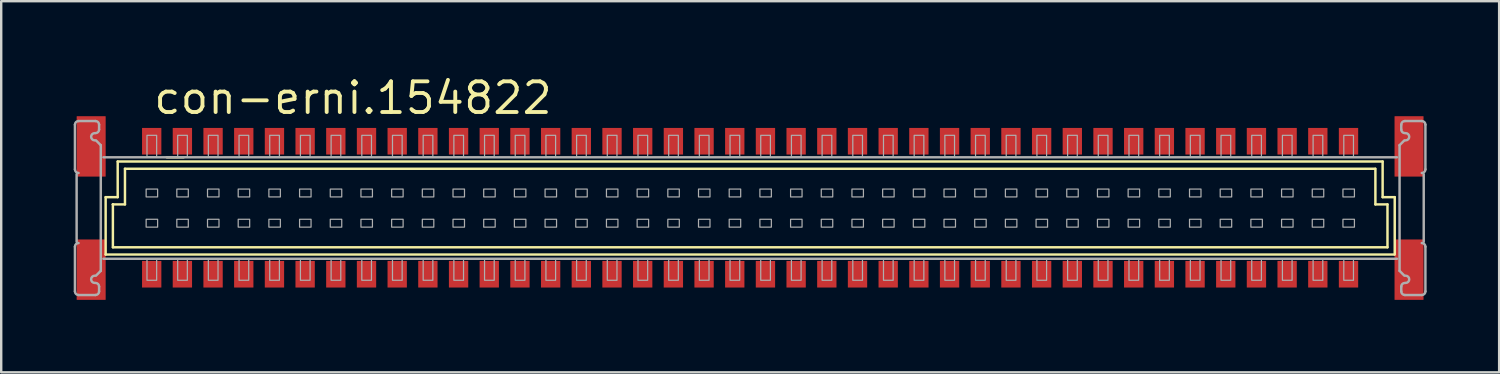
<source format=kicad_pcb>
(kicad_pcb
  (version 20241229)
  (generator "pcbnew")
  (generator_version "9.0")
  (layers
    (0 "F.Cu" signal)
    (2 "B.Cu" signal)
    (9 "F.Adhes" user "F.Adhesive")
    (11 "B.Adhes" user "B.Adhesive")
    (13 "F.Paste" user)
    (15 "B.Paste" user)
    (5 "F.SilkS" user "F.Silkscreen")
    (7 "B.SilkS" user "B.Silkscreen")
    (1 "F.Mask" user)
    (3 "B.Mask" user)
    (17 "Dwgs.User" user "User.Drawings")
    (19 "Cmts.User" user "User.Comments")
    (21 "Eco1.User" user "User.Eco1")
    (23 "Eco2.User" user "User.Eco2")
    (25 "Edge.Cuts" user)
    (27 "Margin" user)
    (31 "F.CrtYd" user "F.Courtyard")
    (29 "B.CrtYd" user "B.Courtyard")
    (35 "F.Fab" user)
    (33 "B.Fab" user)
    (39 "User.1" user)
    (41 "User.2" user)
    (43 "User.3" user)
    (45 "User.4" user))
  (footprint "con-erni.154822"
    (layer "F.Cu")
    (at 27.993 5.56)
    (property "Reference" "con-erni.154822" (at -24.765 -3.81 0) (layer "F.SilkS") (effects (font (size 1.27 1.27) (thickness 0.16)) (justify left bottom)))
    (attr smd)
    (fp_line (start -26.671 1.924) (end -26.671 -0.451) (stroke (width 0.102) (type default)) (layer "F.SilkS"))
    (fp_line (start -26.371 -0.151) (end -26.372 -0.151) (stroke (width 0.102) (type default)) (layer "F.SilkS"))
    (fp_line (start -26.371 1.624) (end -26.371 -0.151) (stroke (width 0.102) (type default)) (layer "F.SilkS"))
    (fp_line (start -26.371 1.624) (end 26.377 1.624) (stroke (width 0.102) (type default)) (layer "F.SilkS"))
    (fp_line (start -26.172 -1.926) (end -26.172 -0.451) (stroke (width 0.102) (type default)) (layer "F.SilkS"))
    (fp_line (start -26.172 -0.451) (end -26.671 -0.451) (stroke (width 0.102) (type default)) (layer "F.SilkS"))
    (fp_line (start -25.872 -0.151) (end -26.371 -0.151) (stroke (width 0.102) (type default)) (layer "F.SilkS"))
    (fp_line (start -25.871 -0.151) (end -25.871 -1.626) (stroke (width 0.102) (type default)) (layer "F.SilkS"))
    (fp_line (start -24.142 -2.101) (end -23.442 -2.101) (stroke (width 0.102) (type default)) (layer "F.SilkS"))
    (fp_line (start 25.868 -1.626) (end -25.871 -1.626) (stroke (width 0.102) (type default)) (layer "F.SilkS"))
    (fp_line (start 25.878 -0.151) (end 25.878 -1.626) (stroke (width 0.102) (type default)) (layer "F.SilkS"))
    (fp_line (start 26.177 -0.451) (end 26.177 -1.926) (stroke (width 0.102) (type default)) (layer "F.SilkS"))
    (fp_line (start 26.177 -0.451) (end 26.677 -0.451) (stroke (width 0.102) (type default)) (layer "F.SilkS"))
    (fp_line (start 26.178 -1.926) (end -26.172 -1.926) (stroke (width 0.102) (type default)) (layer "F.SilkS"))
    (fp_line (start 26.378 -0.151) (end 25.878 -0.151) (stroke (width 0.102) (type default)) (layer "F.SilkS"))
    (fp_line (start 26.378 1.624) (end 26.378 -0.151) (stroke (width 0.102) (type default)) (layer "F.SilkS"))
    (fp_line (start 26.658 1.924) (end -26.671 1.924) (stroke (width 0.102) (type default)) (layer "F.SilkS"))
    (fp_line (start 26.678 1.924) (end 26.678 -0.451) (stroke (width 0.102) (type default)) (layer "F.SilkS"))
    (fp_circle (center -26.971 -0.008) (end -26.172 -0.008) (stroke (width 0.001) (type default)) (fill no) (layer "F.SilkS"))
    (fp_circle (center 26.971 0.008) (end 27.771 0.008) (stroke (width 0.001) (type default)) (fill no) (layer "F.SilkS"))
    (fp_line (start -27.942 -1.601) (end -27.942 -3.451) (stroke (width 0.102) (type default)) (layer "F.Fab"))
    (fp_line (start -27.942 3.449) (end -27.942 1.599) (stroke (width 0.102) (type default)) (layer "F.Fab"))
    (fp_line (start -27.872 -1.401) (end -27.872 1.399) (stroke (width 0.102) (type default)) (layer "F.Fab"))
    (fp_line (start -27.792 -3.601) (end -27.092 -3.601) (stroke (width 0.102) (type default)) (layer "F.Fab"))
    (fp_line (start -27.092 3.599) (end -27.792 3.599) (stroke (width 0.102) (type default)) (layer "F.Fab"))
    (fp_line (start -27.072 -2.801) (end -26.872 -2.601) (stroke (width 0.102) (type default)) (layer "F.Fab"))
    (fp_line (start -26.942 -3.451) (end -26.942 -3.251) (stroke (width 0.102) (type default)) (layer "F.Fab"))
    (fp_line (start -26.942 3.249) (end -26.942 3.449) (stroke (width 0.102) (type default)) (layer "F.Fab"))
    (fp_line (start -26.872 -2.601) (end -26.872 2.599) (stroke (width 0.102) (type default)) (layer "F.Fab"))
    (fp_line (start -26.872 2.599) (end -27.072 2.799) (stroke (width 0.102) (type default)) (layer "F.Fab"))
    (fp_line (start 26.768 -2.101) (end -26.762 -2.101) (stroke (width 0.102) (type default)) (layer "F.Fab"))
    (fp_line (start 26.768 2.099) (end -26.762 2.099) (stroke (width 0.102) (type default)) (layer "F.Fab"))
    (fp_line (start 26.878 -2.601) (end 26.878 2.599) (stroke (width 0.102) (type default)) (layer "F.Fab"))
    (fp_line (start 26.878 2.599) (end 27.078 2.799) (stroke (width 0.102) (type default)) (layer "F.Fab"))
    (fp_line (start 26.948 -3.451) (end 26.948 -3.251) (stroke (width 0.102) (type default)) (layer "F.Fab"))
    (fp_line (start 26.948 3.249) (end 26.948 3.449) (stroke (width 0.102) (type default)) (layer "F.Fab"))
    (fp_line (start 27.078 -2.801) (end 26.878 -2.601) (stroke (width 0.102) (type default)) (layer "F.Fab"))
    (fp_line (start 27.098 3.599) (end 27.798 3.599) (stroke (width 0.102) (type default)) (layer "F.Fab"))
    (fp_line (start 27.798 -3.601) (end 27.098 -3.601) (stroke (width 0.102) (type default)) (layer "F.Fab"))
    (fp_line (start 27.878 -1.401) (end 27.878 1.399) (stroke (width 0.102) (type default)) (layer "F.Fab"))
    (fp_line (start 27.948 -1.601) (end 27.948 -3.451) (stroke (width 0.102) (type default)) (layer "F.Fab"))
    (fp_line (start 27.948 3.449) (end 27.948 1.599) (stroke (width 0.102) (type default)) (layer "F.Fab"))
    (fp_rect (start -24.995 -0.46) (end -24.52 -0.785) (stroke (width 0.05) (type default)) (fill no) (layer "F.Fab"))
    (fp_rect (start -24.995 0.79) (end -24.52 0.465) (stroke (width 0.05) (type default)) (fill no) (layer "F.Fab"))
    (fp_rect (start -24.96 -2.125) (end -24.56 -3.01) (stroke (width 0.05) (type default)) (fill no) (layer "F.Fab"))
    (fp_rect (start -24.96 2.99) (end -24.56 2.1) (stroke (width 0.05) (type default)) (fill no) (layer "F.Fab"))
    (fp_rect (start -23.725 -0.46) (end -23.25 -0.785) (stroke (width 0.05) (type default)) (fill no) (layer "F.Fab"))
    (fp_rect (start -23.725 0.79) (end -23.25 0.465) (stroke (width 0.05) (type default)) (fill no) (layer "F.Fab"))
    (fp_rect (start -23.69 -2.125) (end -23.29 -3.01) (stroke (width 0.05) (type default)) (fill no) (layer "F.Fab"))
    (fp_rect (start -23.69 2.99) (end -23.29 2.1) (stroke (width 0.05) (type default)) (fill no) (layer "F.Fab"))
    (fp_rect (start -22.455 -0.46) (end -21.98 -0.785) (stroke (width 0.05) (type default)) (fill no) (layer "F.Fab"))
    (fp_rect (start -22.455 0.79) (end -21.98 0.465) (stroke (width 0.05) (type default)) (fill no) (layer "F.Fab"))
    (fp_rect (start -22.42 -2.125) (end -22.02 -3.01) (stroke (width 0.05) (type default)) (fill no) (layer "F.Fab"))
    (fp_rect (start -22.42 2.99) (end -22.02 2.1) (stroke (width 0.05) (type default)) (fill no) (layer "F.Fab"))
    (fp_rect (start -21.185 -0.46) (end -20.71 -0.785) (stroke (width 0.05) (type default)) (fill no) (layer "F.Fab"))
    (fp_rect (start -21.185 0.79) (end -20.71 0.465) (stroke (width 0.05) (type default)) (fill no) (layer "F.Fab"))
    (fp_rect (start -21.15 -2.125) (end -20.75 -3.01) (stroke (width 0.05) (type default)) (fill no) (layer "F.Fab"))
    (fp_rect (start -21.15 2.99) (end -20.75 2.1) (stroke (width 0.05) (type default)) (fill no) (layer "F.Fab"))
    (fp_rect (start -19.915 -0.46) (end -19.44 -0.785) (stroke (width 0.05) (type default)) (fill no) (layer "F.Fab"))
    (fp_rect (start -19.915 0.79) (end -19.44 0.465) (stroke (width 0.05) (type default)) (fill no) (layer "F.Fab"))
    (fp_rect (start -19.88 -2.125) (end -19.48 -3.01) (stroke (width 0.05) (type default)) (fill no) (layer "F.Fab"))
    (fp_rect (start -19.88 2.99) (end -19.48 2.1) (stroke (width 0.05) (type default)) (fill no) (layer "F.Fab"))
    (fp_rect (start -18.645 -0.46) (end -18.17 -0.785) (stroke (width 0.05) (type default)) (fill no) (layer "F.Fab"))
    (fp_rect (start -18.645 0.79) (end -18.17 0.465) (stroke (width 0.05) (type default)) (fill no) (layer "F.Fab"))
    (fp_rect (start -18.61 -2.125) (end -18.21 -3.01) (stroke (width 0.05) (type default)) (fill no) (layer "F.Fab"))
    (fp_rect (start -18.61 2.99) (end -18.21 2.1) (stroke (width 0.05) (type default)) (fill no) (layer "F.Fab"))
    (fp_rect (start -17.375 -0.46) (end -16.9 -0.785) (stroke (width 0.05) (type default)) (fill no) (layer "F.Fab"))
    (fp_rect (start -17.375 0.79) (end -16.9 0.465) (stroke (width 0.05) (type default)) (fill no) (layer "F.Fab"))
    (fp_rect (start -17.34 -2.125) (end -16.94 -3.01) (stroke (width 0.05) (type default)) (fill no) (layer "F.Fab"))
    (fp_rect (start -17.34 2.99) (end -16.94 2.1) (stroke (width 0.05) (type default)) (fill no) (layer "F.Fab"))
    (fp_rect (start -16.105 -0.46) (end -15.63 -0.785) (stroke (width 0.05) (type default)) (fill no) (layer "F.Fab"))
    (fp_rect (start -16.105 0.79) (end -15.63 0.465) (stroke (width 0.05) (type default)) (fill no) (layer "F.Fab"))
    (fp_rect (start -16.07 -2.125) (end -15.67 -3.01) (stroke (width 0.05) (type default)) (fill no) (layer "F.Fab"))
    (fp_rect (start -16.07 2.99) (end -15.67 2.1) (stroke (width 0.05) (type default)) (fill no) (layer "F.Fab"))
    (fp_rect (start -14.835 -0.46) (end -14.36 -0.785) (stroke (width 0.05) (type default)) (fill no) (layer "F.Fab"))
    (fp_rect (start -14.835 0.79) (end -14.36 0.465) (stroke (width 0.05) (type default)) (fill no) (layer "F.Fab"))
    (fp_rect (start -14.8 -2.125) (end -14.4 -3.01) (stroke (width 0.05) (type default)) (fill no) (layer "F.Fab"))
    (fp_rect (start -14.8 2.99) (end -14.4 2.1) (stroke (width 0.05) (type default)) (fill no) (layer "F.Fab"))
    (fp_rect (start -13.565 -0.46) (end -13.09 -0.785) (stroke (width 0.05) (type default)) (fill no) (layer "F.Fab"))
    (fp_rect (start -13.565 0.79) (end -13.09 0.465) (stroke (width 0.05) (type default)) (fill no) (layer "F.Fab"))
    (fp_rect (start -13.53 -2.125) (end -13.13 -3.01) (stroke (width 0.05) (type default)) (fill no) (layer "F.Fab"))
    (fp_rect (start -13.53 2.99) (end -13.13 2.1) (stroke (width 0.05) (type default)) (fill no) (layer "F.Fab"))
    (fp_rect (start -12.295 -0.46) (end -11.82 -0.785) (stroke (width 0.05) (type default)) (fill no) (layer "F.Fab"))
    (fp_rect (start -12.295 0.79) (end -11.82 0.465) (stroke (width 0.05) (type default)) (fill no) (layer "F.Fab"))
    (fp_rect (start -12.26 -2.125) (end -11.86 -3.01) (stroke (width 0.05) (type default)) (fill no) (layer "F.Fab"))
    (fp_rect (start -12.26 2.99) (end -11.86 2.1) (stroke (width 0.05) (type default)) (fill no) (layer "F.Fab"))
    (fp_rect (start -11.025 -0.46) (end -10.55 -0.785) (stroke (width 0.05) (type default)) (fill no) (layer "F.Fab"))
    (fp_rect (start -11.025 0.79) (end -10.55 0.465) (stroke (width 0.05) (type default)) (fill no) (layer "F.Fab"))
    (fp_rect (start -10.99 -2.125) (end -10.59 -3.01) (stroke (width 0.05) (type default)) (fill no) (layer "F.Fab"))
    (fp_rect (start -10.99 2.99) (end -10.59 2.1) (stroke (width 0.05) (type default)) (fill no) (layer "F.Fab"))
    (fp_rect (start -9.755 -0.46) (end -9.28 -0.785) (stroke (width 0.05) (type default)) (fill no) (layer "F.Fab"))
    (fp_rect (start -9.755 0.79) (end -9.28 0.465) (stroke (width 0.05) (type default)) (fill no) (layer "F.Fab"))
    (fp_rect (start -9.72 -2.125) (end -9.32 -3.01) (stroke (width 0.05) (type default)) (fill no) (layer "F.Fab"))
    (fp_rect (start -9.72 2.99) (end -9.32 2.1) (stroke (width 0.05) (type default)) (fill no) (layer "F.Fab"))
    (fp_rect (start -8.485 -0.46) (end -8.01 -0.785) (stroke (width 0.05) (type default)) (fill no) (layer "F.Fab"))
    (fp_rect (start -8.485 0.79) (end -8.01 0.465) (stroke (width 0.05) (type default)) (fill no) (layer "F.Fab"))
    (fp_rect (start -8.45 -2.125) (end -8.05 -3.01) (stroke (width 0.05) (type default)) (fill no) (layer "F.Fab"))
    (fp_rect (start -8.45 2.99) (end -8.05 2.1) (stroke (width 0.05) (type default)) (fill no) (layer "F.Fab"))
    (fp_rect (start -7.215 -0.46) (end -6.74 -0.785) (stroke (width 0.05) (type default)) (fill no) (layer "F.Fab"))
    (fp_rect (start -7.215 0.79) (end -6.74 0.465) (stroke (width 0.05) (type default)) (fill no) (layer "F.Fab"))
    (fp_rect (start -7.18 -2.125) (end -6.78 -3.01) (stroke (width 0.05) (type default)) (fill no) (layer "F.Fab"))
    (fp_rect (start -7.18 2.99) (end -6.78 2.1) (stroke (width 0.05) (type default)) (fill no) (layer "F.Fab"))
    (fp_rect (start -5.945 -0.46) (end -5.47 -0.785) (stroke (width 0.05) (type default)) (fill no) (layer "F.Fab"))
    (fp_rect (start -5.945 0.79) (end -5.47 0.465) (stroke (width 0.05) (type default)) (fill no) (layer "F.Fab"))
    (fp_rect (start -5.91 -2.125) (end -5.51 -3.01) (stroke (width 0.05) (type default)) (fill no) (layer "F.Fab"))
    (fp_rect (start -5.91 2.99) (end -5.51 2.1) (stroke (width 0.05) (type default)) (fill no) (layer "F.Fab"))
    (fp_rect (start -4.675 -0.46) (end -4.2 -0.785) (stroke (width 0.05) (type default)) (fill no) (layer "F.Fab"))
    (fp_rect (start -4.675 0.79) (end -4.2 0.465) (stroke (width 0.05) (type default)) (fill no) (layer "F.Fab"))
    (fp_rect (start -4.64 -2.125) (end -4.24 -3.01) (stroke (width 0.05) (type default)) (fill no) (layer "F.Fab"))
    (fp_rect (start -4.64 2.99) (end -4.24 2.1) (stroke (width 0.05) (type default)) (fill no) (layer "F.Fab"))
    (fp_rect (start -3.405 -0.46) (end -2.93 -0.785) (stroke (width 0.05) (type default)) (fill no) (layer "F.Fab"))
    (fp_rect (start -3.405 0.79) (end -2.93 0.465) (stroke (width 0.05) (type default)) (fill no) (layer "F.Fab"))
    (fp_rect (start -3.37 -2.125) (end -2.97 -3.01) (stroke (width 0.05) (type default)) (fill no) (layer "F.Fab"))
    (fp_rect (start -3.37 2.99) (end -2.97 2.1) (stroke (width 0.05) (type default)) (fill no) (layer "F.Fab"))
    (fp_rect (start -2.135 -0.46) (end -1.66 -0.785) (stroke (width 0.05) (type default)) (fill no) (layer "F.Fab"))
    (fp_rect (start -2.135 0.79) (end -1.66 0.465) (stroke (width 0.05) (type default)) (fill no) (layer "F.Fab"))
    (fp_rect (start -2.1 -2.125) (end -1.7 -3.01) (stroke (width 0.05) (type default)) (fill no) (layer "F.Fab"))
    (fp_rect (start -2.1 2.99) (end -1.7 2.1) (stroke (width 0.05) (type default)) (fill no) (layer "F.Fab"))
    (fp_rect (start -0.865 -0.46) (end -0.39 -0.785) (stroke (width 0.05) (type default)) (fill no) (layer "F.Fab"))
    (fp_rect (start -0.865 0.79) (end -0.39 0.465) (stroke (width 0.05) (type default)) (fill no) (layer "F.Fab"))
    (fp_rect (start -0.83 -2.125) (end -0.43 -3.01) (stroke (width 0.05) (type default)) (fill no) (layer "F.Fab"))
    (fp_rect (start -0.83 2.99) (end -0.43 2.1) (stroke (width 0.05) (type default)) (fill no) (layer "F.Fab"))
    (fp_rect (start 0.405 -0.46) (end 0.88 -0.785) (stroke (width 0.05) (type default)) (fill no) (layer "F.Fab"))
    (fp_rect (start 0.405 0.79) (end 0.88 0.465) (stroke (width 0.05) (type default)) (fill no) (layer "F.Fab"))
    (fp_rect (start 0.44 -2.125) (end 0.84 -3.01) (stroke (width 0.05) (type default)) (fill no) (layer "F.Fab"))
    (fp_rect (start 0.44 2.99) (end 0.84 2.1) (stroke (width 0.05) (type default)) (fill no) (layer "F.Fab"))
    (fp_rect (start 1.675 -0.46) (end 2.15 -0.785) (stroke (width 0.05) (type default)) (fill no) (layer "F.Fab"))
    (fp_rect (start 1.675 0.79) (end 2.15 0.465) (stroke (width 0.05) (type default)) (fill no) (layer "F.Fab"))
    (fp_rect (start 1.71 -2.125) (end 2.11 -3.01) (stroke (width 0.05) (type default)) (fill no) (layer "F.Fab"))
    (fp_rect (start 1.71 2.99) (end 2.11 2.1) (stroke (width 0.05) (type default)) (fill no) (layer "F.Fab"))
    (fp_rect (start 2.945 -0.46) (end 3.42 -0.785) (stroke (width 0.05) (type default)) (fill no) (layer "F.Fab"))
    (fp_rect (start 2.945 0.79) (end 3.42 0.465) (stroke (width 0.05) (type default)) (fill no) (layer "F.Fab"))
    (fp_rect (start 2.98 -2.125) (end 3.38 -3.01) (stroke (width 0.05) (type default)) (fill no) (layer "F.Fab"))
    (fp_rect (start 2.98 2.99) (end 3.38 2.1) (stroke (width 0.05) (type default)) (fill no) (layer "F.Fab"))
    (fp_rect (start 4.215 -0.46) (end 4.69 -0.785) (stroke (width 0.05) (type default)) (fill no) (layer "F.Fab"))
    (fp_rect (start 4.215 0.79) (end 4.69 0.465) (stroke (width 0.05) (type default)) (fill no) (layer "F.Fab"))
    (fp_rect (start 4.25 -2.125) (end 4.65 -3.01) (stroke (width 0.05) (type default)) (fill no) (layer "F.Fab"))
    (fp_rect (start 4.25 2.99) (end 4.65 2.1) (stroke (width 0.05) (type default)) (fill no) (layer "F.Fab"))
    (fp_rect (start 5.485 -0.46) (end 5.96 -0.785) (stroke (width 0.05) (type default)) (fill no) (layer "F.Fab"))
    (fp_rect (start 5.485 0.79) (end 5.96 0.465) (stroke (width 0.05) (type default)) (fill no) (layer "F.Fab"))
    (fp_rect (start 5.52 -2.125) (end 5.92 -3.01) (stroke (width 0.05) (type default)) (fill no) (layer "F.Fab"))
    (fp_rect (start 5.52 2.99) (end 5.92 2.1) (stroke (width 0.05) (type default)) (fill no) (layer "F.Fab"))
    (fp_rect (start 6.755 -0.46) (end 7.23 -0.785) (stroke (width 0.05) (type default)) (fill no) (layer "F.Fab"))
    (fp_rect (start 6.755 0.79) (end 7.23 0.465) (stroke (width 0.05) (type default)) (fill no) (layer "F.Fab"))
    (fp_rect (start 6.79 -2.125) (end 7.19 -3.01) (stroke (width 0.05) (type default)) (fill no) (layer "F.Fab"))
    (fp_rect (start 6.79 2.99) (end 7.19 2.1) (stroke (width 0.05) (type default)) (fill no) (layer "F.Fab"))
    (fp_rect (start 8.025 -0.46) (end 8.5 -0.785) (stroke (width 0.05) (type default)) (fill no) (layer "F.Fab"))
    (fp_rect (start 8.025 0.79) (end 8.5 0.465) (stroke (width 0.05) (type default)) (fill no) (layer "F.Fab"))
    (fp_rect (start 8.06 -2.125) (end 8.46 -3.01) (stroke (width 0.05) (type default)) (fill no) (layer "F.Fab"))
    (fp_rect (start 8.06 2.99) (end 8.46 2.1) (stroke (width 0.05) (type default)) (fill no) (layer "F.Fab"))
    (fp_rect (start 9.295 -0.46) (end 9.77 -0.785) (stroke (width 0.05) (type default)) (fill no) (layer "F.Fab"))
    (fp_rect (start 9.295 0.79) (end 9.77 0.465) (stroke (width 0.05) (type default)) (fill no) (layer "F.Fab"))
    (fp_rect (start 9.33 -2.125) (end 9.73 -3.01) (stroke (width 0.05) (type default)) (fill no) (layer "F.Fab"))
    (fp_rect (start 9.33 2.99) (end 9.73 2.1) (stroke (width 0.05) (type default)) (fill no) (layer "F.Fab"))
    (fp_rect (start 10.565 -0.46) (end 11.04 -0.785) (stroke (width 0.05) (type default)) (fill no) (layer "F.Fab"))
    (fp_rect (start 10.565 0.79) (end 11.04 0.465) (stroke (width 0.05) (type default)) (fill no) (layer "F.Fab"))
    (fp_rect (start 10.6 -2.125) (end 11 -3.01) (stroke (width 0.05) (type default)) (fill no) (layer "F.Fab"))
    (fp_rect (start 10.6 2.99) (end 11 2.1) (stroke (width 0.05) (type default)) (fill no) (layer "F.Fab"))
    (fp_rect (start 11.835 -0.46) (end 12.31 -0.785) (stroke (width 0.05) (type default)) (fill no) (layer "F.Fab"))
    (fp_rect (start 11.835 0.79) (end 12.31 0.465) (stroke (width 0.05) (type default)) (fill no) (layer "F.Fab"))
    (fp_rect (start 11.87 -2.125) (end 12.27 -3.01) (stroke (width 0.05) (type default)) (fill no) (layer "F.Fab"))
    (fp_rect (start 11.87 2.99) (end 12.27 2.1) (stroke (width 0.05) (type default)) (fill no) (layer "F.Fab"))
    (fp_rect (start 13.105 -0.46) (end 13.58 -0.785) (stroke (width 0.05) (type default)) (fill no) (layer "F.Fab"))
    (fp_rect (start 13.105 0.79) (end 13.58 0.465) (stroke (width 0.05) (type default)) (fill no) (layer "F.Fab"))
    (fp_rect (start 13.14 -2.125) (end 13.54 -3.01) (stroke (width 0.05) (type default)) (fill no) (layer "F.Fab"))
    (fp_rect (start 13.14 2.99) (end 13.54 2.1) (stroke (width 0.05) (type default)) (fill no) (layer "F.Fab"))
    (fp_rect (start 14.375 -0.46) (end 14.85 -0.785) (stroke (width 0.05) (type default)) (fill no) (layer "F.Fab"))
    (fp_rect (start 14.375 0.79) (end 14.85 0.465) (stroke (width 0.05) (type default)) (fill no) (layer "F.Fab"))
    (fp_rect (start 14.41 -2.125) (end 14.81 -3.01) (stroke (width 0.05) (type default)) (fill no) (layer "F.Fab"))
    (fp_rect (start 14.41 2.99) (end 14.81 2.1) (stroke (width 0.05) (type default)) (fill no) (layer "F.Fab"))
    (fp_rect (start 15.645 -0.46) (end 16.12 -0.785) (stroke (width 0.05) (type default)) (fill no) (layer "F.Fab"))
    (fp_rect (start 15.645 0.79) (end 16.12 0.465) (stroke (width 0.05) (type default)) (fill no) (layer "F.Fab"))
    (fp_rect (start 15.68 -2.125) (end 16.08 -3.01) (stroke (width 0.05) (type default)) (fill no) (layer "F.Fab"))
    (fp_rect (start 15.68 2.99) (end 16.08 2.1) (stroke (width 0.05) (type default)) (fill no) (layer "F.Fab"))
    (fp_rect (start 16.915 -0.46) (end 17.39 -0.785) (stroke (width 0.05) (type default)) (fill no) (layer "F.Fab"))
    (fp_rect (start 16.915 0.79) (end 17.39 0.465) (stroke (width 0.05) (type default)) (fill no) (layer "F.Fab"))
    (fp_rect (start 16.95 -2.125) (end 17.35 -3.01) (stroke (width 0.05) (type default)) (fill no) (layer "F.Fab"))
    (fp_rect (start 16.95 2.99) (end 17.35 2.1) (stroke (width 0.05) (type default)) (fill no) (layer "F.Fab"))
    (fp_rect (start 18.185 -0.46) (end 18.66 -0.785) (stroke (width 0.05) (type default)) (fill no) (layer "F.Fab"))
    (fp_rect (start 18.185 0.79) (end 18.66 0.465) (stroke (width 0.05) (type default)) (fill no) (layer "F.Fab"))
    (fp_rect (start 18.22 -2.125) (end 18.62 -3.01) (stroke (width 0.05) (type default)) (fill no) (layer "F.Fab"))
    (fp_rect (start 18.22 2.99) (end 18.62 2.1) (stroke (width 0.05) (type default)) (fill no) (layer "F.Fab"))
    (fp_rect (start 19.455 -0.46) (end 19.93 -0.785) (stroke (width 0.05) (type default)) (fill no) (layer "F.Fab"))
    (fp_rect (start 19.455 0.79) (end 19.93 0.465) (stroke (width 0.05) (type default)) (fill no) (layer "F.Fab"))
    (fp_rect (start 19.49 -2.125) (end 19.89 -3.01) (stroke (width 0.05) (type default)) (fill no) (layer "F.Fab"))
    (fp_rect (start 19.49 2.99) (end 19.89 2.1) (stroke (width 0.05) (type default)) (fill no) (layer "F.Fab"))
    (fp_rect (start 20.725 -0.46) (end 21.2 -0.785) (stroke (width 0.05) (type default)) (fill no) (layer "F.Fab"))
    (fp_rect (start 20.725 0.79) (end 21.2 0.465) (stroke (width 0.05) (type default)) (fill no) (layer "F.Fab"))
    (fp_rect (start 20.76 -2.125) (end 21.16 -3.01) (stroke (width 0.05) (type default)) (fill no) (layer "F.Fab"))
    (fp_rect (start 20.76 2.99) (end 21.16 2.1) (stroke (width 0.05) (type default)) (fill no) (layer "F.Fab"))
    (fp_rect (start 21.995 -0.46) (end 22.47 -0.785) (stroke (width 0.05) (type default)) (fill no) (layer "F.Fab"))
    (fp_rect (start 21.995 0.79) (end 22.47 0.465) (stroke (width 0.05) (type default)) (fill no) (layer "F.Fab"))
    (fp_rect (start 22.03 -2.125) (end 22.43 -3.01) (stroke (width 0.05) (type default)) (fill no) (layer "F.Fab"))
    (fp_rect (start 22.03 2.99) (end 22.43 2.1) (stroke (width 0.05) (type default)) (fill no) (layer "F.Fab"))
    (fp_rect (start 23.265 -0.46) (end 23.74 -0.785) (stroke (width 0.05) (type default)) (fill no) (layer "F.Fab"))
    (fp_rect (start 23.265 0.79) (end 23.74 0.465) (stroke (width 0.05) (type default)) (fill no) (layer "F.Fab"))
    (fp_rect (start 23.3 -2.125) (end 23.7 -3.01) (stroke (width 0.05) (type default)) (fill no) (layer "F.Fab"))
    (fp_rect (start 23.3 2.99) (end 23.7 2.1) (stroke (width 0.05) (type default)) (fill no) (layer "F.Fab"))
    (fp_rect (start 24.535 -0.46) (end 25.01 -0.785) (stroke (width 0.05) (type default)) (fill no) (layer "F.Fab"))
    (fp_rect (start 24.535 0.79) (end 25.01 0.465) (stroke (width 0.05) (type default)) (fill no) (layer "F.Fab"))
    (fp_rect (start 24.57 -2.125) (end 24.97 -3.01) (stroke (width 0.05) (type default)) (fill no) (layer "F.Fab"))
    (fp_rect (start 24.57 2.99) (end 24.97 2.1) (stroke (width 0.05) (type default)) (fill no) (layer "F.Fab"))
    (fp_arc (start -27.9419 -3.4508) (mid -27.897966 -3.556866) (end -27.7919 -3.6008) (stroke (width 0.1016) (type default)) (layer "F.Fab"))
    (fp_arc (start -27.9419 1.5992) (mid -27.897966 1.493134) (end -27.7919 1.4492) (stroke (width 0.1016) (type default)) (layer "F.Fab"))
    (fp_arc (start -27.7919 -1.4508) (mid -27.897966 -1.494734) (end -27.9419 -1.6008) (stroke (width 0.1016) (type default)) (layer "F.Fab"))
    (fp_arc (start -27.7919 3.5992) (mid -27.897966 3.555266) (end -27.9419 3.4492) (stroke (width 0.1016) (type default)) (layer "F.Fab"))
    (fp_arc (start -27.1219 -2.8008) (mid -27.2719 -2.9508) (end -27.1219 -3.1008) (stroke (width 0.1016) (type default)) (layer "F.Fab"))
    (fp_arc (start -27.1219 3.0992) (mid -27.2719 2.9492) (end -27.1219 2.7992) (stroke (width 0.1016) (type default)) (layer "F.Fab"))
    (fp_arc (start -27.0919 -3.6008) (mid -26.985834 -3.556866) (end -26.9419 -3.4508) (stroke (width 0.1016) (type default)) (layer "F.Fab"))
    (fp_arc (start -27.0919 3.0992) (mid -26.985834 3.143134) (end -26.9419 3.2492) (stroke (width 0.1016) (type default)) (layer "F.Fab"))
    (fp_arc (start -26.9419 -3.2508) (mid -26.985834 -3.144734) (end -27.0919 -3.1008) (stroke (width 0.1016) (type default)) (layer "F.Fab"))
    (fp_arc (start -26.9419 3.4492) (mid -26.985834 3.555266) (end -27.0919 3.5992) (stroke (width 0.1016) (type default)) (layer "F.Fab"))
    (fp_arc (start 26.9481 -3.4508) (mid 26.992034 -3.556866) (end 27.0981 -3.6008) (stroke (width 0.1016) (type default)) (layer "F.Fab"))
    (fp_arc (start 26.9481 3.2492) (mid 26.992034 3.143134) (end 27.0981 3.0992) (stroke (width 0.1016) (type default)) (layer "F.Fab"))
    (fp_arc (start 27.0981 -3.1008) (mid 26.992034 -3.144734) (end 26.9481 -3.2508) (stroke (width 0.1016) (type default)) (layer "F.Fab"))
    (fp_arc (start 27.0981 3.5992) (mid 26.992034 3.555266) (end 26.9481 3.4492) (stroke (width 0.1016) (type default)) (layer "F.Fab"))
    (fp_arc (start 27.1281 -3.1008) (mid 27.2781 -2.9508) (end 27.1281 -2.8008) (stroke (width 0.1016) (type default)) (layer "F.Fab"))
    (fp_arc (start 27.1281 2.7992) (mid 27.2781 2.9492) (end 27.1281 3.0992) (stroke (width 0.1016) (type default)) (layer "F.Fab"))
    (fp_arc (start 27.7981 -3.6008) (mid 27.904166 -3.556866) (end 27.9481 -3.4508) (stroke (width 0.1016) (type default)) (layer "F.Fab"))
    (fp_arc (start 27.7981 1.4492) (mid 27.904166 1.493134) (end 27.9481 1.5992) (stroke (width 0.1016) (type default)) (layer "F.Fab"))
    (fp_arc (start 27.9481 -1.6008) (mid 27.904166 -1.494734) (end 27.7981 -1.4508) (stroke (width 0.1016) (type default)) (layer "F.Fab"))
    (fp_arc (start 27.9481 3.4492) (mid 27.904166 3.555266) (end 27.7981 3.5992) (stroke (width 0.1016) (type default)) (layer "F.Fab"))
    (pad "A1" smd roundrect (at -24.765 -2.765 180) (size 0.8 1.1) (layers "F.Cu" "F.Mask" "F.Paste") (roundrect_rratio 0.01))
    (pad "A2" smd roundrect (at -23.495 -2.765 180) (size 0.8 1.1) (layers "F.Cu" "F.Mask" "F.Paste") (roundrect_rratio 0.01))
    (pad "A3" smd roundrect (at -22.225 -2.765 180) (size 0.8 1.1) (layers "F.Cu" "F.Mask" "F.Paste") (roundrect_rratio 0.01))
    (pad "A4" smd roundrect (at -20.955 -2.765 180) (size 0.8 1.1) (layers "F.Cu" "F.Mask" "F.Paste") (roundrect_rratio 0.01))
    (pad "A5" smd roundrect (at -19.685 -2.765 180) (size 0.8 1.1) (layers "F.Cu" "F.Mask" "F.Paste") (roundrect_rratio 0.01))
    (pad "A6" smd roundrect (at -18.415 -2.765 180) (size 0.8 1.1) (layers "F.Cu" "F.Mask" "F.Paste") (roundrect_rratio 0.01))
    (pad "A7" smd roundrect (at -17.145 -2.765 180) (size 0.8 1.1) (layers "F.Cu" "F.Mask" "F.Paste") (roundrect_rratio 0.01))
    (pad "A8" smd roundrect (at -15.875 -2.765 180) (size 0.8 1.1) (layers "F.Cu" "F.Mask" "F.Paste") (roundrect_rratio 0.01))
    (pad "A9" smd roundrect (at -14.605 -2.765 180) (size 0.8 1.1) (layers "F.Cu" "F.Mask" "F.Paste") (roundrect_rratio 0.01))
    (pad "A10" smd roundrect (at -13.335 -2.765 180) (size 0.8 1.1) (layers "F.Cu" "F.Mask" "F.Paste") (roundrect_rratio 0.01))
    (pad "A11" smd roundrect (at -12.065 -2.765 180) (size 0.8 1.1) (layers "F.Cu" "F.Mask" "F.Paste") (roundrect_rratio 0.01))
    (pad "A12" smd roundrect (at -10.795 -2.765 180) (size 0.8 1.1) (layers "F.Cu" "F.Mask" "F.Paste") (roundrect_rratio 0.01))
    (pad "A13" smd roundrect (at -9.525 -2.765 180) (size 0.8 1.1) (layers "F.Cu" "F.Mask" "F.Paste") (roundrect_rratio 0.01))
    (pad "A14" smd roundrect (at -8.255 -2.765 180) (size 0.8 1.1) (layers "F.Cu" "F.Mask" "F.Paste") (roundrect_rratio 0.01))
    (pad "A15" smd roundrect (at -6.985 -2.765 180) (size 0.8 1.1) (layers "F.Cu" "F.Mask" "F.Paste") (roundrect_rratio 0.01))
    (pad "A16" smd roundrect (at -5.715 -2.765 180) (size 0.8 1.1) (layers "F.Cu" "F.Mask" "F.Paste") (roundrect_rratio 0.01))
    (pad "A17" smd roundrect (at -4.445 -2.765 180) (size 0.8 1.1) (layers "F.Cu" "F.Mask" "F.Paste") (roundrect_rratio 0.01))
    (pad "A18" smd roundrect (at -3.175 -2.765 180) (size 0.8 1.1) (layers "F.Cu" "F.Mask" "F.Paste") (roundrect_rratio 0.01))
    (pad "A19" smd roundrect (at -1.905 -2.765 180) (size 0.8 1.1) (layers "F.Cu" "F.Mask" "F.Paste") (roundrect_rratio 0.01))
    (pad "A20" smd roundrect (at -0.635 -2.765 180) (size 0.8 1.1) (layers "F.Cu" "F.Mask" "F.Paste") (roundrect_rratio 0.01))
    (pad "A21" smd roundrect (at 0.635 -2.765 180) (size 0.8 1.1) (layers "F.Cu" "F.Mask" "F.Paste") (roundrect_rratio 0.01))
    (pad "A22" smd roundrect (at 1.905 -2.765 180) (size 0.8 1.1) (layers "F.Cu" "F.Mask" "F.Paste") (roundrect_rratio 0.01))
    (pad "A23" smd roundrect (at 3.175 -2.765 180) (size 0.8 1.1) (layers "F.Cu" "F.Mask" "F.Paste") (roundrect_rratio 0.01))
    (pad "A24" smd roundrect (at 4.445 -2.765 180) (size 0.8 1.1) (layers "F.Cu" "F.Mask" "F.Paste") (roundrect_rratio 0.01))
    (pad "A25" smd roundrect (at 5.715 -2.765 180) (size 0.8 1.1) (layers "F.Cu" "F.Mask" "F.Paste") (roundrect_rratio 0.01))
    (pad "A26" smd roundrect (at 6.985 -2.765 180) (size 0.8 1.1) (layers "F.Cu" "F.Mask" "F.Paste") (roundrect_rratio 0.01))
    (pad "A27" smd roundrect (at 8.255 -2.765 180) (size 0.8 1.1) (layers "F.Cu" "F.Mask" "F.Paste") (roundrect_rratio 0.01))
    (pad "A28" smd roundrect (at 9.525 -2.765 180) (size 0.8 1.1) (layers "F.Cu" "F.Mask" "F.Paste") (roundrect_rratio 0.01))
    (pad "A29" smd roundrect (at 10.795 -2.765 180) (size 0.8 1.1) (layers "F.Cu" "F.Mask" "F.Paste") (roundrect_rratio 0.01))
    (pad "A30" smd roundrect (at 12.065 -2.765 180) (size 0.8 1.1) (layers "F.Cu" "F.Mask" "F.Paste") (roundrect_rratio 0.01))
    (pad "A31" smd roundrect (at 13.335 -2.765 180) (size 0.8 1.1) (layers "F.Cu" "F.Mask" "F.Paste") (roundrect_rratio 0.01))
    (pad "A32" smd roundrect (at 14.605 -2.765 180) (size 0.8 1.1) (layers "F.Cu" "F.Mask" "F.Paste") (roundrect_rratio 0.01))
    (pad "A33" smd roundrect (at 15.875 -2.765 180) (size 0.8 1.1) (layers "F.Cu" "F.Mask" "F.Paste") (roundrect_rratio 0.01))
    (pad "A34" smd roundrect (at 17.145 -2.765 180) (size 0.8 1.1) (layers "F.Cu" "F.Mask" "F.Paste") (roundrect_rratio 0.01))
    (pad "A35" smd roundrect (at 18.415 -2.765 180) (size 0.8 1.1) (layers "F.Cu" "F.Mask" "F.Paste") (roundrect_rratio 0.01))
    (pad "A36" smd roundrect (at 19.685 -2.765 180) (size 0.8 1.1) (layers "F.Cu" "F.Mask" "F.Paste") (roundrect_rratio 0.01))
    (pad "A37" smd roundrect (at 20.955 -2.765 180) (size 0.8 1.1) (layers "F.Cu" "F.Mask" "F.Paste") (roundrect_rratio 0.01))
    (pad "A38" smd roundrect (at 22.225 -2.765 180) (size 0.8 1.1) (layers "F.Cu" "F.Mask" "F.Paste") (roundrect_rratio 0.01))
    (pad "A39" smd roundrect (at 23.495 -2.765 180) (size 0.8 1.1) (layers "F.Cu" "F.Mask" "F.Paste") (roundrect_rratio 0.01))
    (pad "A40" smd roundrect (at 24.765 -2.765 180) (size 0.8 1.1) (layers "F.Cu" "F.Mask" "F.Paste") (roundrect_rratio 0.01))
    (pad "B1" smd roundrect (at -24.765 2.74 180) (size 0.8 1.1) (layers "F.Cu" "F.Mask" "F.Paste") (roundrect_rratio 0.01))
    (pad "B2" smd roundrect (at -23.495 2.74 180) (size 0.8 1.1) (layers "F.Cu" "F.Mask" "F.Paste") (roundrect_rratio 0.01))
    (pad "B3" smd roundrect (at -22.225 2.74 180) (size 0.8 1.1) (layers "F.Cu" "F.Mask" "F.Paste") (roundrect_rratio 0.01))
    (pad "B4" smd roundrect (at -20.955 2.74 180) (size 0.8 1.1) (layers "F.Cu" "F.Mask" "F.Paste") (roundrect_rratio 0.01))
    (pad "B5" smd roundrect (at -19.685 2.74 180) (size 0.8 1.1) (layers "F.Cu" "F.Mask" "F.Paste") (roundrect_rratio 0.01))
    (pad "B6" smd roundrect (at -18.415 2.74 180) (size 0.8 1.1) (layers "F.Cu" "F.Mask" "F.Paste") (roundrect_rratio 0.01))
    (pad "B7" smd roundrect (at -17.145 2.74 180) (size 0.8 1.1) (layers "F.Cu" "F.Mask" "F.Paste") (roundrect_rratio 0.01))
    (pad "B8" smd roundrect (at -15.875 2.74 180) (size 0.8 1.1) (layers "F.Cu" "F.Mask" "F.Paste") (roundrect_rratio 0.01))
    (pad "B9" smd roundrect (at -14.605 2.74 180) (size 0.8 1.1) (layers "F.Cu" "F.Mask" "F.Paste") (roundrect_rratio 0.01))
    (pad "B10" smd roundrect (at -13.335 2.74 180) (size 0.8 1.1) (layers "F.Cu" "F.Mask" "F.Paste") (roundrect_rratio 0.01))
    (pad "B11" smd roundrect (at -12.065 2.74 180) (size 0.8 1.1) (layers "F.Cu" "F.Mask" "F.Paste") (roundrect_rratio 0.01))
    (pad "B12" smd roundrect (at -10.795 2.74 180) (size 0.8 1.1) (layers "F.Cu" "F.Mask" "F.Paste") (roundrect_rratio 0.01))
    (pad "B13" smd roundrect (at -9.525 2.74 180) (size 0.8 1.1) (layers "F.Cu" "F.Mask" "F.Paste") (roundrect_rratio 0.01))
    (pad "B14" smd roundrect (at -8.255 2.74 180) (size 0.8 1.1) (layers "F.Cu" "F.Mask" "F.Paste") (roundrect_rratio 0.01))
    (pad "B15" smd roundrect (at -6.985 2.74 180) (size 0.8 1.1) (layers "F.Cu" "F.Mask" "F.Paste") (roundrect_rratio 0.01))
    (pad "B16" smd roundrect (at -5.715 2.74 180) (size 0.8 1.1) (layers "F.Cu" "F.Mask" "F.Paste") (roundrect_rratio 0.01))
    (pad "B17" smd roundrect (at -4.445 2.74 180) (size 0.8 1.1) (layers "F.Cu" "F.Mask" "F.Paste") (roundrect_rratio 0.01))
    (pad "B18" smd roundrect (at -3.175 2.74 180) (size 0.8 1.1) (layers "F.Cu" "F.Mask" "F.Paste") (roundrect_rratio 0.01))
    (pad "B19" smd roundrect (at -1.905 2.74 180) (size 0.8 1.1) (layers "F.Cu" "F.Mask" "F.Paste") (roundrect_rratio 0.01))
    (pad "B20" smd roundrect (at -0.635 2.74 180) (size 0.8 1.1) (layers "F.Cu" "F.Mask" "F.Paste") (roundrect_rratio 0.01))
    (pad "B21" smd roundrect (at 0.635 2.74 180) (size 0.8 1.1) (layers "F.Cu" "F.Mask" "F.Paste") (roundrect_rratio 0.01))
    (pad "B22" smd roundrect (at 1.905 2.74 180) (size 0.8 1.1) (layers "F.Cu" "F.Mask" "F.Paste") (roundrect_rratio 0.01))
    (pad "B23" smd roundrect (at 3.175 2.74 180) (size 0.8 1.1) (layers "F.Cu" "F.Mask" "F.Paste") (roundrect_rratio 0.01))
    (pad "B24" smd roundrect (at 4.445 2.74 180) (size 0.8 1.1) (layers "F.Cu" "F.Mask" "F.Paste") (roundrect_rratio 0.01))
    (pad "B25" smd roundrect (at 5.715 2.74 180) (size 0.8 1.1) (layers "F.Cu" "F.Mask" "F.Paste") (roundrect_rratio 0.01))
    (pad "B26" smd roundrect (at 6.985 2.74 180) (size 0.8 1.1) (layers "F.Cu" "F.Mask" "F.Paste") (roundrect_rratio 0.01))
    (pad "B27" smd roundrect (at 8.255 2.74 180) (size 0.8 1.1) (layers "F.Cu" "F.Mask" "F.Paste") (roundrect_rratio 0.01))
    (pad "B28" smd roundrect (at 9.525 2.74 180) (size 0.8 1.1) (layers "F.Cu" "F.Mask" "F.Paste") (roundrect_rratio 0.01))
    (pad "B29" smd roundrect (at 10.795 2.74 180) (size 0.8 1.1) (layers "F.Cu" "F.Mask" "F.Paste") (roundrect_rratio 0.01))
    (pad "B30" smd roundrect (at 12.065 2.74 180) (size 0.8 1.1) (layers "F.Cu" "F.Mask" "F.Paste") (roundrect_rratio 0.01))
    (pad "B31" smd roundrect (at 13.335 2.74 180) (size 0.8 1.1) (layers "F.Cu" "F.Mask" "F.Paste") (roundrect_rratio 0.01))
    (pad "B32" smd roundrect (at 14.605 2.74 180) (size 0.8 1.1) (layers "F.Cu" "F.Mask" "F.Paste") (roundrect_rratio 0.01))
    (pad "B33" smd roundrect (at 15.875 2.74 180) (size 0.8 1.1) (layers "F.Cu" "F.Mask" "F.Paste") (roundrect_rratio 0.01))
    (pad "B34" smd roundrect (at 17.145 2.74 180) (size 0.8 1.1) (layers "F.Cu" "F.Mask" "F.Paste") (roundrect_rratio 0.01))
    (pad "B35" smd roundrect (at 18.415 2.74 180) (size 0.8 1.1) (layers "F.Cu" "F.Mask" "F.Paste") (roundrect_rratio 0.01))
    (pad "B36" smd roundrect (at 19.685 2.74 180) (size 0.8 1.1) (layers "F.Cu" "F.Mask" "F.Paste") (roundrect_rratio 0.01))
    (pad "B37" smd roundrect (at 20.955 2.74 180) (size 0.8 1.1) (layers "F.Cu" "F.Mask" "F.Paste") (roundrect_rratio 0.01))
    (pad "B38" smd roundrect (at 22.225 2.74 180) (size 0.8 1.1) (layers "F.Cu" "F.Mask" "F.Paste") (roundrect_rratio 0.01))
    (pad "B39" smd roundrect (at 23.495 2.74 180) (size 0.8 1.1) (layers "F.Cu" "F.Mask" "F.Paste") (roundrect_rratio 0.01))
    (pad "B40" smd roundrect (at 24.765 2.74 180) (size 0.8 1.1) (layers "F.Cu" "F.Mask" "F.Paste") (roundrect_rratio 0.01))
    (pad "M1" smd roundrect (at -27.27 -2.55 180) (size 1.2 2.5) (layers "F.Cu" "F.Mask" "F.Paste") (roundrect_rratio 0.01))
    (pad "M2" smd roundrect (at -27.27 2.55 180) (size 1.2 2.5) (layers "F.Cu" "F.Mask" "F.Paste") (roundrect_rratio 0.01))
    (pad "M3" smd roundrect (at 27.27 2.55) (size 1.2 2.5) (layers "F.Cu" "F.Mask" "F.Paste") (roundrect_rratio 0.01))
    (pad "M4" smd roundrect (at 27.27 -2.55) (size 1.2 2.5) (layers "F.Cu" "F.Mask" "F.Paste") (roundrect_rratio 0.01)))
  (gr_rect
    (start -3 -3)
    (end 58.992 12.36)
    (stroke (width 0.1) (type default))
    (fill no)
    (layer "Edge.Cuts")))
</source>
